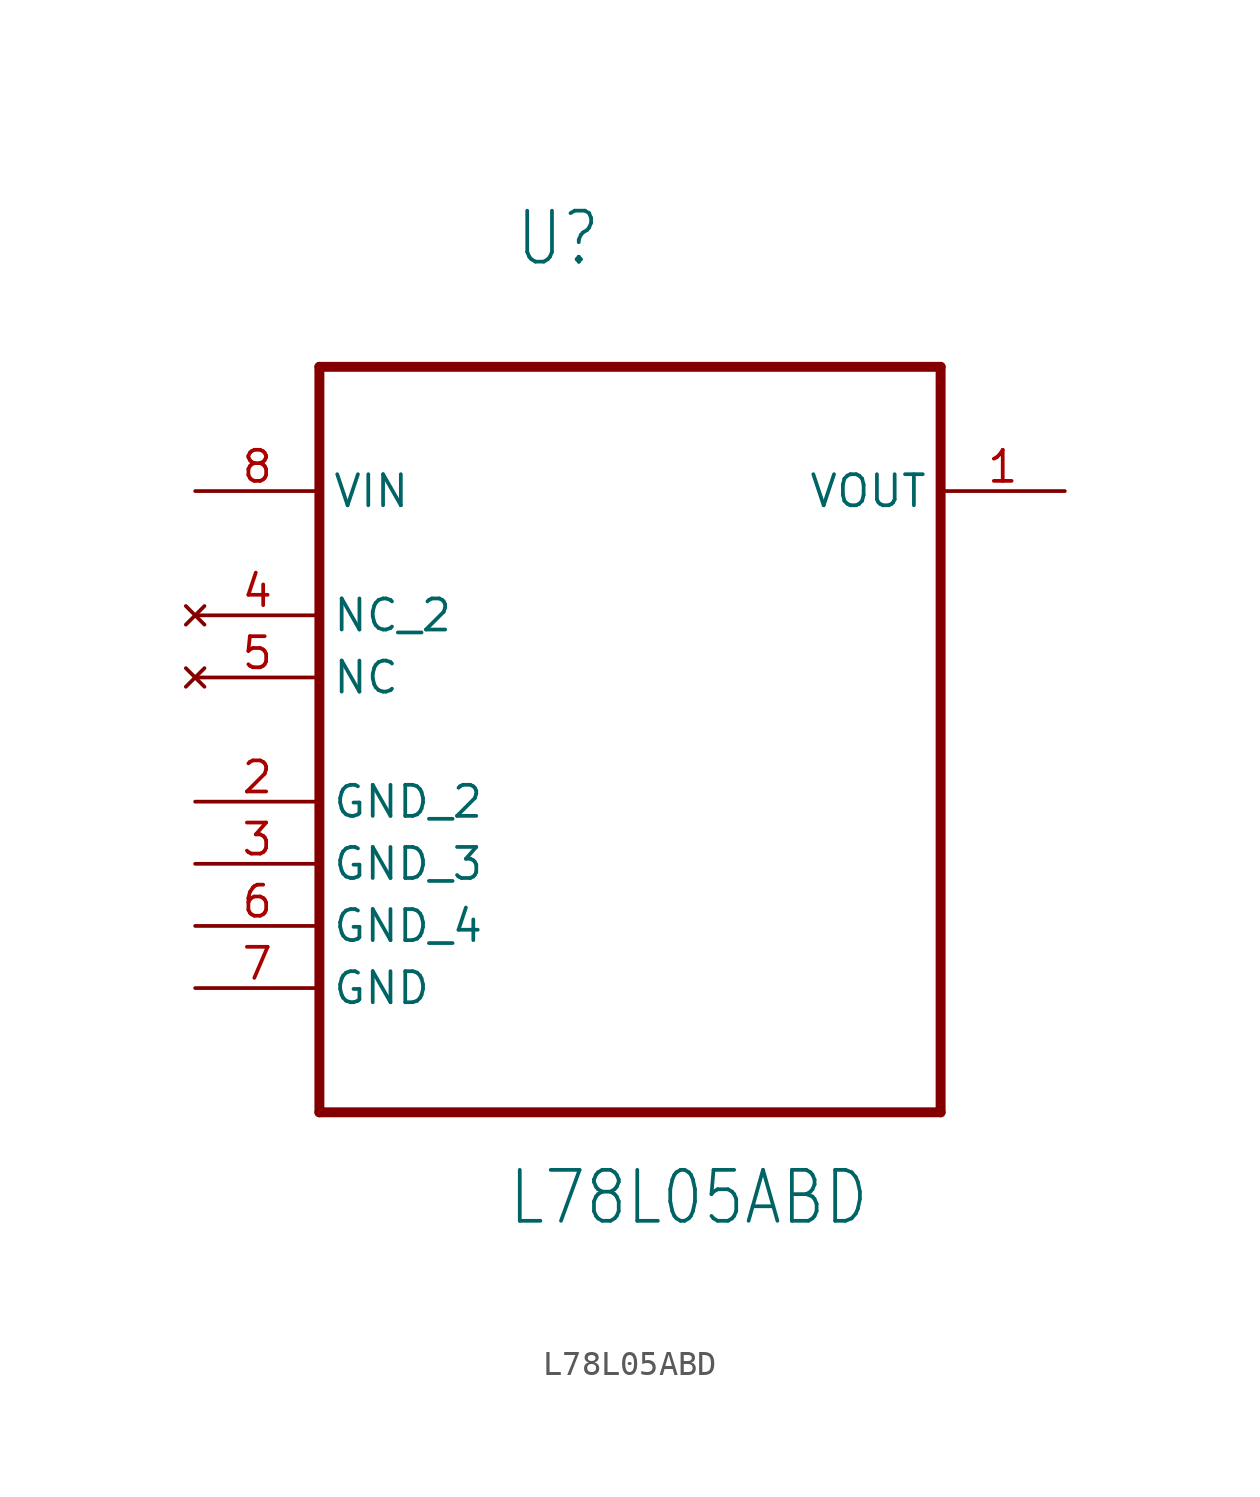
<source format=kicad_sym>
(kicad_symbol_lib
  (version 20211014)
  (generator kicad_symbol_editor)
  (symbol "L78L05ABD"
    (property "Reference" "U"
      (at -4.724 16.739 0)
      (effects (font (size 2.083 1.77)) (justify left bottom)))
    (property "Value" "L78L05ABD"
      (at -5.029 -22.479 0)
      (effects (font (size 2.083 1.77)) (justify left bottom)))
    (property "ki_locked" ""
      (at 0 0 0)
      (effects (font (size 1.27 1.27))))
    (symbol "L78L05ABD_1_0"
      (polyline (pts (xy -12.7 -17.78) (xy 12.7 -17.78)) (stroke (width 0.406) (type default) (color 0 0 0 0)) (fill (type none)))
      (polyline (pts (xy -12.7 12.7) (xy -12.7 -17.78)) (stroke (width 0.406) (type default) (color 0 0 0 0)) (fill (type none)))
      (polyline (pts (xy 12.7 -17.78) (xy 12.7 12.7)) (stroke (width 0.406) (type default) (color 0 0 0 0)) (fill (type none)))
      (polyline (pts (xy 12.7 12.7) (xy -12.7 12.7)) (stroke (width 0.406) (type default) (color 0 0 0 0)) (fill (type none)))
      (pin output line (at 17.78 7.62 180) (length 5.08) (name "VOUT" (effects (font (size 1.27 1.27)))) (number "1" (effects (font (size 1.27 1.27)))))
      (pin passive line (at -17.78 -5.08 0) (length 5.08) (name "GND_2" (effects (font (size 1.27 1.27)))) (number "2" (effects (font (size 1.27 1.27)))))
      (pin passive line (at -17.78 -7.62 0) (length 5.08) (name "GND_3" (effects (font (size 1.27 1.27)))) (number "3" (effects (font (size 1.27 1.27)))))
      (pin no_connect line (at -17.78 2.54 0) (length 5.08) (name "NC_2" (effects (font (size 1.27 1.27)))) (number "4" (effects (font (size 1.27 1.27)))))
      (pin no_connect line (at -17.78 0 0) (length 5.08) (name "NC" (effects (font (size 1.27 1.27)))) (number "5" (effects (font (size 1.27 1.27)))))
      (pin passive line (at -17.78 -10.16 0) (length 5.08) (name "GND_4" (effects (font (size 1.27 1.27)))) (number "6" (effects (font (size 1.27 1.27)))))
      (pin passive line (at -17.78 -12.7 0) (length 5.08) (name "GND" (effects (font (size 1.27 1.27)))) (number "7" (effects (font (size 1.27 1.27)))))
      (pin power_in line (at -17.78 7.62 0) (length 5.08) (name "VIN" (effects (font (size 1.27 1.27)))) (number "8" (effects (font (size 1.27 1.27))))))))
</source>
